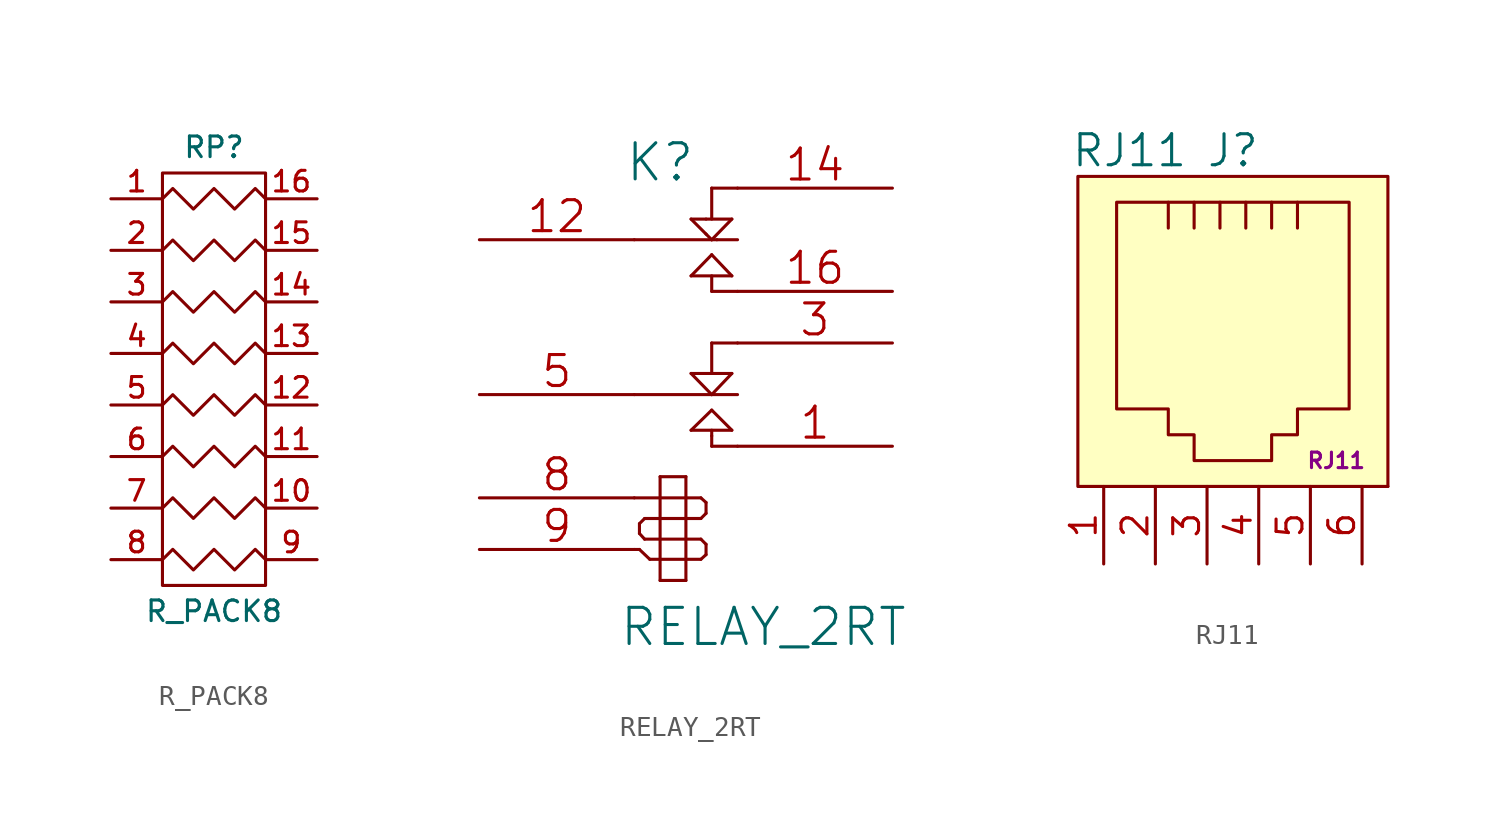
<source format=kicad_sym>
(kicad_symbol_lib
  (version 20220914)
  (generator kicad_symbol_editor)
  (symbol "R_PACK8"
    (pin_names hide)
    (property "Reference" "RP"
      (at 0 11.43 0)
      (effects (font (size 1.016 1.016))))
    (property "Value" "R_PACK8"
      (at 0 -11.43 0)
      (effects (font (size 1.016 1.016))))
    (property "Footprint" ""
      (at 0 0 0)
      (effects (font (size 1.524 1.524))))
    (property "Datasheet" ""
      (at 0 0 0)
      (effects (font (size 1.524 1.524))))
    (symbol "R_PACK8_0_1"
      (rectangle (start -2.54 10.16) (end 2.54 -10.16) (stroke (width 0) (type default)) (fill (type none)))
      (polyline (pts (xy -2.54 -8.89) (xy -2.032 -8.382) (xy -1.016 -9.398) (xy 0 -8.382) (xy 1.016 -9.398) (xy 2.032 -8.382) (xy 2.54 -8.89)) (stroke (width 0) (type default)) (fill (type none)))
      (polyline (pts (xy -2.54 -6.35) (xy -2.032 -5.842) (xy -1.016 -6.858) (xy 0 -5.842) (xy 1.016 -6.858) (xy 2.032 -5.842) (xy 2.54 -6.35)) (stroke (width 0) (type default)) (fill (type none)))
      (polyline (pts (xy -2.54 -3.81) (xy -2.032 -3.302) (xy -1.016 -4.318) (xy 0 -3.302) (xy 1.016 -4.318) (xy 2.032 -3.302) (xy 2.54 -3.81)) (stroke (width 0) (type default)) (fill (type none)))
      (polyline (pts (xy -2.54 -1.27) (xy -2.032 -0.762) (xy -1.016 -1.778) (xy 0 -0.762) (xy 1.016 -1.778) (xy 2.032 -0.762) (xy 2.54 -1.27)) (stroke (width 0) (type default)) (fill (type none)))
      (polyline (pts (xy -2.54 1.27) (xy -2.032 1.778) (xy -1.016 0.762) (xy 0 1.778) (xy 1.016 0.762) (xy 2.032 1.778) (xy 2.54 1.27)) (stroke (width 0) (type default)) (fill (type none)))
      (polyline (pts (xy -2.54 3.81) (xy -2.032 4.318) (xy -1.016 3.302) (xy 0 4.318) (xy 1.016 3.302) (xy 2.032 4.318) (xy 2.54 3.81)) (stroke (width 0) (type default)) (fill (type none)))
      (polyline (pts (xy -2.54 6.35) (xy -2.032 6.858) (xy -1.016 5.842) (xy 0 6.858) (xy 1.016 5.842) (xy 2.032 6.858) (xy 2.54 6.35)) (stroke (width 0) (type default)) (fill (type none)))
      (polyline (pts (xy -2.54 8.89) (xy -2.032 9.398) (xy -1.016 8.382) (xy 0 9.398) (xy 1.016 8.382) (xy 2.032 9.398) (xy 2.54 8.89)) (stroke (width 0) (type default)) (fill (type none))))
    (symbol "R_PACK8_1_1"
      (pin passive line (at -5.08 8.89 0) (length 2.54) (name "P1" (effects (font (size 1.016 1.016)))) (number "1" (effects (font (size 1.016 1.016)))))
      (pin passive line (at 5.08 -6.35 180) (length 2.54) (name "R7" (effects (font (size 1.016 1.016)))) (number "10" (effects (font (size 1.016 1.016)))))
      (pin passive line (at 5.08 -3.81 180) (length 2.54) (name "R6" (effects (font (size 1.016 1.016)))) (number "11" (effects (font (size 1.016 1.016)))))
      (pin passive line (at 5.08 -1.27 180) (length 2.54) (name "R5" (effects (font (size 1.016 1.016)))) (number "12" (effects (font (size 1.016 1.016)))))
      (pin passive line (at 5.08 1.27 180) (length 2.54) (name "R4" (effects (font (size 1.016 1.016)))) (number "13" (effects (font (size 1.016 1.016)))))
      (pin passive line (at 5.08 3.81 180) (length 2.54) (name "R3" (effects (font (size 1.016 1.016)))) (number "14" (effects (font (size 1.016 1.016)))))
      (pin passive line (at 5.08 6.35 180) (length 2.54) (name "R2" (effects (font (size 1.016 1.016)))) (number "15" (effects (font (size 1.016 1.016)))))
      (pin passive line (at 5.08 8.89 180) (length 2.54) (name "R1" (effects (font (size 1.016 1.016)))) (number "16" (effects (font (size 1.016 1.016)))))
      (pin passive line (at -5.08 6.35 0) (length 2.54) (name "P2" (effects (font (size 1.016 1.016)))) (number "2" (effects (font (size 1.016 1.016)))))
      (pin passive line (at -5.08 3.81 0) (length 2.54) (name "P3" (effects (font (size 1.016 1.016)))) (number "3" (effects (font (size 1.016 1.016)))))
      (pin passive line (at -5.08 1.27 0) (length 2.54) (name "P4" (effects (font (size 1.016 1.016)))) (number "4" (effects (font (size 1.016 1.016)))))
      (pin passive line (at -5.08 -1.27 0) (length 2.54) (name "P5" (effects (font (size 1.016 1.016)))) (number "5" (effects (font (size 1.016 1.016)))))
      (pin passive line (at -5.08 -3.81 0) (length 2.54) (name "P6" (effects (font (size 1.016 1.016)))) (number "6" (effects (font (size 1.016 1.016)))))
      (pin passive line (at -5.08 -6.35 0) (length 2.54) (name "P7" (effects (font (size 1.016 1.016)))) (number "7" (effects (font (size 1.016 1.016)))))
      (pin passive line (at -5.08 -8.89 0) (length 2.54) (name "P8" (effects (font (size 1.016 1.016)))) (number "8" (effects (font (size 1.016 1.016)))))
      (pin passive line (at 5.08 -8.89 180) (length 2.54) (name "R8" (effects (font (size 1.016 1.016)))) (number "9" (effects (font (size 1.016 1.016)))))))
  (symbol "RELAY_2RT"
    (pin_names
      (offset 1.016) hide)
    (property "Reference" "K"
      (at -1.27 10.16 0)
      (effects (font (size 1.778 1.778))))
    (property "Value" "RELAY_2RT"
      (at 3.81 -12.7 0)
      (effects (font (size 1.778 1.778))))
    (property "Footprint" ""
      (at 0 0 0)
      (effects (font (size 1.524 1.524))))
    (property "Datasheet" ""
      (at 0 0 0)
      (effects (font (size 1.524 1.524))))
    (symbol "RELAY_2RT_0_1"
      (polyline (pts (xy -2.54 -8.89) (xy -2.286 -8.89)) (stroke (width 0) (type default)) (fill (type none)))
      (polyline (pts (xy -2.54 -6.35) (xy -1.27 -6.35)) (stroke (width 0) (type default)) (fill (type none)))
      (polyline (pts (xy -2.54 -1.27) (xy 1.27 -1.27)) (stroke (width 0) (type default)) (fill (type none)))
      (polyline (pts (xy -2.286 -8.89) (xy -1.778 -9.373)) (stroke (width 0) (type default)) (fill (type none)))
      (polyline (pts (xy -2.286 -8.103) (xy -2.286 -7.62)) (stroke (width 0) (type default)) (fill (type none)))
      (polyline (pts (xy -2.032 -8.382) (xy -2.286 -8.103)) (stroke (width 0) (type default)) (fill (type none)))
      (polyline (pts (xy -2.032 -7.366) (xy -2.286 -7.62)) (stroke (width 0) (type default)) (fill (type none)))
      (polyline (pts (xy -1.778 -9.373) (xy -1.27 -9.373)) (stroke (width 0) (type default)) (fill (type none)))
      (polyline (pts (xy -1.27 -10.414) (xy -1.27 -5.309)) (stroke (width 0) (type default)) (fill (type none)))
      (polyline (pts (xy -1.27 -8.382) (xy -2.032 -8.382)) (stroke (width 0) (type default)) (fill (type none)))
      (polyline (pts (xy -1.27 -8.382) (xy 0 -8.382)) (stroke (width 0) (type default)) (fill (type none)))
      (polyline (pts (xy -1.27 -7.366) (xy -2.032 -7.366)) (stroke (width 0) (type default)) (fill (type none)))
      (polyline (pts (xy -1.27 -6.35) (xy 0 -6.35)) (stroke (width 0) (type default)) (fill (type none)))
      (polyline (pts (xy -1.27 -5.309) (xy 0 -5.309)) (stroke (width 0) (type default)) (fill (type none)))
      (polyline (pts (xy 0 -10.414) (xy -1.27 -10.414)) (stroke (width 0) (type default)) (fill (type none)))
      (polyline (pts (xy 0 -9.373) (xy -1.27 -9.373)) (stroke (width 0) (type default)) (fill (type none)))
      (polyline (pts (xy 0 -9.373) (xy 0.737 -9.373)) (stroke (width 0) (type default)) (fill (type none)))
      (polyline (pts (xy 0 -8.382) (xy 0.737 -8.382)) (stroke (width 0) (type default)) (fill (type none)))
      (polyline (pts (xy 0 -7.366) (xy -1.27 -7.366)) (stroke (width 0) (type default)) (fill (type none)))
      (polyline (pts (xy 0 -7.366) (xy 0.737 -7.366)) (stroke (width 0) (type default)) (fill (type none)))
      (polyline (pts (xy 0 -6.35) (xy 0.737 -6.35)) (stroke (width 0) (type default)) (fill (type none)))
      (polyline (pts (xy 0 -5.309) (xy 0 -10.414)) (stroke (width 0) (type default)) (fill (type none)))
      (polyline (pts (xy 0.254 -3.023) (xy 2.261 -3.023)) (stroke (width 0) (type default)) (fill (type none)))
      (polyline (pts (xy 0.254 -0.229) (xy 2.261 -0.229)) (stroke (width 0) (type default)) (fill (type none)))
      (polyline (pts (xy 0.254 4.572) (xy 1.27 5.613)) (stroke (width 0) (type default)) (fill (type none)))
      (polyline (pts (xy 0.254 7.366) (xy 0.991 7.366)) (stroke (width 0) (type default)) (fill (type none)))
      (polyline (pts (xy 0.737 -9.373) (xy 0.991 -9.144)) (stroke (width 0) (type default)) (fill (type none)))
      (polyline (pts (xy 0.737 -8.382) (xy 0.991 -8.636)) (stroke (width 0) (type default)) (fill (type none)))
      (polyline (pts (xy 0.737 -7.366) (xy 0.991 -7.112)) (stroke (width 0) (type default)) (fill (type none)))
      (polyline (pts (xy 0.737 -6.35) (xy 0.991 -6.579)) (stroke (width 0) (type default)) (fill (type none)))
      (polyline (pts (xy 0.991 -9.144) (xy 0.991 -8.636)) (stroke (width 0) (type default)) (fill (type none)))
      (polyline (pts (xy 0.991 -6.579) (xy 0.991 -7.112)) (stroke (width 0) (type default)) (fill (type none)))
      (polyline (pts (xy 0.991 6.629) (xy 0.254 7.366)) (stroke (width 0) (type default)) (fill (type none)))
      (polyline (pts (xy 0.991 6.629) (xy 1.27 6.35)) (stroke (width 0) (type default)) (fill (type none)))
      (polyline (pts (xy 0.991 7.366) (xy 2.261 7.366)) (stroke (width 0) (type default)) (fill (type none)))
      (polyline (pts (xy 1.27 -3.81) (xy 1.27 -3.302)) (stroke (width 0) (type default)) (fill (type none)))
      (polyline (pts (xy 1.27 -3.302) (xy 1.27 -3.023)) (stroke (width 0) (type default)) (fill (type none)))
      (polyline (pts (xy 1.27 -2.032) (xy 0.254 -3.023)) (stroke (width 0) (type default)) (fill (type none)))
      (polyline (pts (xy 1.27 -1.27) (xy 0.254 -0.229)) (stroke (width 0) (type default)) (fill (type none)))
      (polyline (pts (xy 1.27 -1.27) (xy 2.54 -1.27)) (stroke (width 0) (type default)) (fill (type none)))
      (polyline (pts (xy 1.27 1.27) (xy 1.27 -0.229)) (stroke (width 0) (type default)) (fill (type none)))
      (polyline (pts (xy 1.27 1.27) (xy 2.54 1.27)) (stroke (width 0) (type default)) (fill (type none)))
      (polyline (pts (xy 1.27 3.81) (xy 1.27 4.572)) (stroke (width 0) (type default)) (fill (type none)))
      (polyline (pts (xy 1.27 3.81) (xy 2.54 3.81)) (stroke (width 0) (type default)) (fill (type none)))
      (polyline (pts (xy 1.27 5.613) (xy 2.261 4.572)) (stroke (width 0) (type default)) (fill (type none)))
      (polyline (pts (xy 1.27 6.35) (xy -2.54 6.35)) (stroke (width 0) (type default)) (fill (type none)))
      (polyline (pts (xy 1.27 6.35) (xy 1.524 6.35)) (stroke (width 0) (type default)) (fill (type none)))
      (polyline (pts (xy 1.27 8.89) (xy 1.27 7.366)) (stroke (width 0) (type default)) (fill (type none)))
      (polyline (pts (xy 1.27 8.89) (xy 2.54 8.89)) (stroke (width 0) (type default)) (fill (type none)))
      (polyline (pts (xy 1.524 6.35) (xy 2.54 6.35)) (stroke (width 0) (type default)) (fill (type none)))
      (polyline (pts (xy 2.261 -3.023) (xy 1.27 -2.032)) (stroke (width 0) (type default)) (fill (type none)))
      (polyline (pts (xy 2.261 -0.229) (xy 1.27 -1.27)) (stroke (width 0) (type default)) (fill (type none)))
      (polyline (pts (xy 2.261 4.572) (xy 0.254 4.572)) (stroke (width 0) (type default)) (fill (type none)))
      (polyline (pts (xy 2.261 7.366) (xy 1.27 6.35)) (stroke (width 0) (type default)) (fill (type none)))
      (polyline (pts (xy 2.54 -3.81) (xy 1.27 -3.81)) (stroke (width 0) (type default)) (fill (type none))))
    (symbol "RELAY_2RT_1_1"
      (pin passive line (at 10.16 -3.81 180) (length 7.62) (name "T1" (effects (font (size 1.524 1.524)))) (number "1" (effects (font (size 1.524 1.524)))))
      (pin passive line (at -10.16 6.35 0) (length 7.62) (name "C2" (effects (font (size 1.524 1.524)))) (number "12" (effects (font (size 1.524 1.524)))))
      (pin passive line (at 10.16 8.89 180) (length 7.62) (name "R2" (effects (font (size 1.524 1.524)))) (number "14" (effects (font (size 1.524 1.524)))))
      (pin passive line (at 10.16 3.81 180) (length 7.62) (name "T2" (effects (font (size 1.524 1.524)))) (number "16" (effects (font (size 1.524 1.524)))))
      (pin passive line (at 10.16 1.27 180) (length 7.62) (name "R1" (effects (font (size 1.524 1.524)))) (number "3" (effects (font (size 1.524 1.524)))))
      (pin passive line (at -10.16 -1.27 0) (length 7.62) (name "C1" (effects (font (size 1.524 1.524)))) (number "5" (effects (font (size 1.524 1.524)))))
      (pin input line (at -10.16 -6.35 0) (length 7.62) (name "8" (effects (font (size 1.524 1.524)))) (number "8" (effects (font (size 1.524 1.524)))))
      (pin input line (at -10.16 -8.89 0) (length 7.62) (name "9" (effects (font (size 1.524 1.524)))) (number "9" (effects (font (size 1.524 1.524)))))))
  (symbol "RJ11"
    (pin_names
      (offset 1.016))
    (property "Reference" "J"
      (at 0 8.89 0)
      (effects (font (size 1.524 1.524))))
    (property "Value" "RJ11"
      (at -5.08 8.89 0)
      (effects (font (size 1.524 1.524))))
    (property "Footprint" "RJ11"
      (at 5.08 -6.35 0)
      (effects (font (size 0.762 0.762))))
    (property "Datasheet" ""
      (at -0.635 0 0)
      (effects (font (size 1.524 1.524))))
    (symbol "RJ11_0_1"
      (rectangle (start -7.62 7.62) (end 7.62 -7.62) (stroke (width 0) (type default)) (fill (type background)))
      (polyline (pts (xy -3.175 6.35) (xy -3.175 5.08) (xy -3.175 5.08)) (stroke (width 0) (type default)) (fill (type none)))
      (polyline (pts (xy -1.905 6.35) (xy -1.905 5.08) (xy -1.905 5.08)) (stroke (width 0) (type default)) (fill (type none)))
      (polyline (pts (xy -0.635 6.35) (xy -0.635 5.08) (xy -0.635 5.08)) (stroke (width 0) (type default)) (fill (type none)))
      (polyline (pts (xy 0.635 6.35) (xy 0.635 5.08) (xy 0.635 5.08)) (stroke (width 0) (type default)) (fill (type none)))
      (polyline (pts (xy 1.905 6.35) (xy 1.905 5.08) (xy 1.905 5.08)) (stroke (width 0) (type default)) (fill (type none)))
      (polyline (pts (xy 3.175 5.08) (xy 3.175 6.35) (xy 3.175 6.35)) (stroke (width 0) (type default)) (fill (type none)))
      (polyline (pts (xy -5.715 6.35) (xy 5.715 6.35) (xy 5.715 -3.81) (xy 3.175 -3.81) (xy 3.175 -5.08) (xy 1.905 -5.08) (xy 1.905 -6.35) (xy -1.905 -6.35) (xy -1.905 -5.08) (xy -3.175 -5.08) (xy -3.175 -3.81) (xy -5.715 -3.81) (xy -5.715 6.35) (xy -5.715 6.35)) (stroke (width 0) (type default)) (fill (type none)))
      (rectangle (start 7.62 -7.62) (end 7.62 -7.62) (stroke (width 0) (type default)) (fill (type none))))
    (symbol "RJ11_1_1"
      (pin passive line (at -6.35 -11.43 90) (length 3.81) (name "~" (effects (font (size 1.27 1.27)))) (number "1" (effects (font (size 1.27 1.27)))))
      (pin passive line (at -3.81 -11.43 90) (length 3.81) (name "~" (effects (font (size 1.27 1.27)))) (number "2" (effects (font (size 1.27 1.27)))))
      (pin passive line (at -1.27 -11.43 90) (length 3.81) (name "~" (effects (font (size 1.27 1.27)))) (number "3" (effects (font (size 1.27 1.27)))))
      (pin passive line (at 1.27 -11.43 90) (length 3.81) (name "~" (effects (font (size 1.27 1.27)))) (number "4" (effects (font (size 1.27 1.27)))))
      (pin passive line (at 3.81 -11.43 90) (length 3.81) (name "~" (effects (font (size 1.27 1.27)))) (number "5" (effects (font (size 1.27 1.27)))))
      (pin passive line (at 6.35 -11.43 90) (length 3.81) (name "~" (effects (font (size 1.27 1.27)))) (number "6" (effects (font (size 1.27 1.27))))))))
</source>
